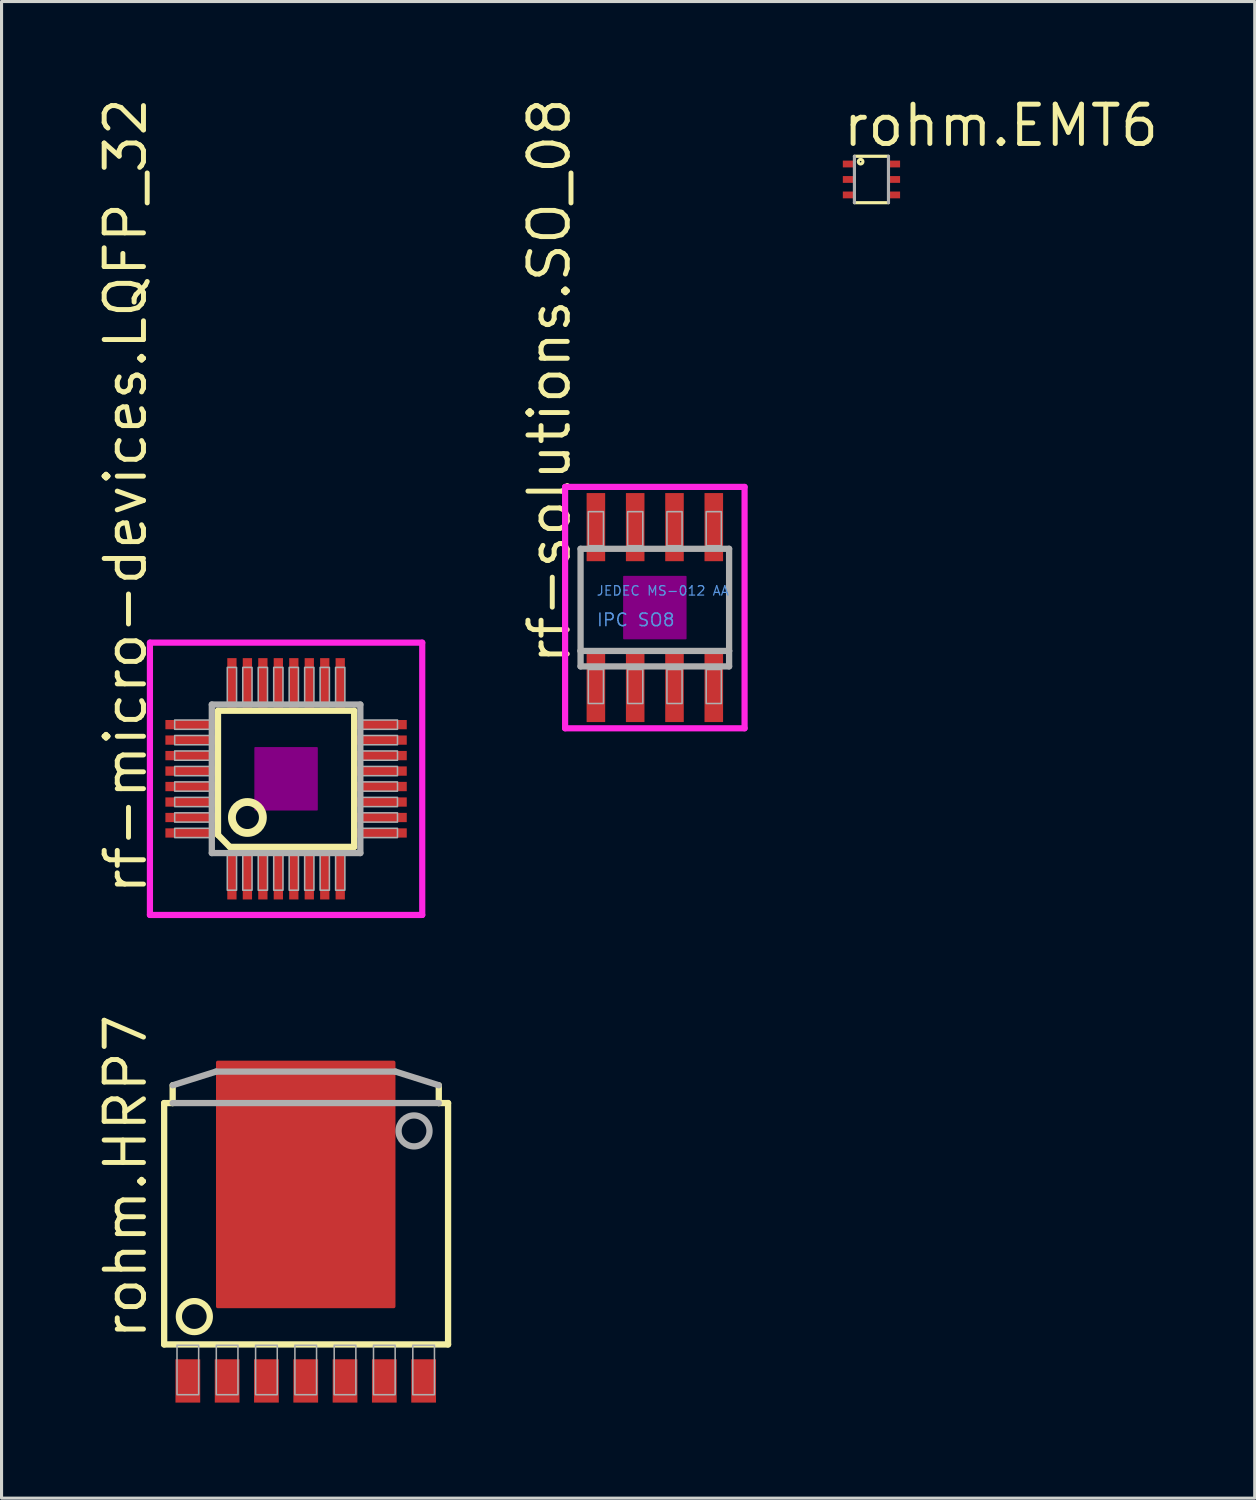
<source format=kicad_pcb>
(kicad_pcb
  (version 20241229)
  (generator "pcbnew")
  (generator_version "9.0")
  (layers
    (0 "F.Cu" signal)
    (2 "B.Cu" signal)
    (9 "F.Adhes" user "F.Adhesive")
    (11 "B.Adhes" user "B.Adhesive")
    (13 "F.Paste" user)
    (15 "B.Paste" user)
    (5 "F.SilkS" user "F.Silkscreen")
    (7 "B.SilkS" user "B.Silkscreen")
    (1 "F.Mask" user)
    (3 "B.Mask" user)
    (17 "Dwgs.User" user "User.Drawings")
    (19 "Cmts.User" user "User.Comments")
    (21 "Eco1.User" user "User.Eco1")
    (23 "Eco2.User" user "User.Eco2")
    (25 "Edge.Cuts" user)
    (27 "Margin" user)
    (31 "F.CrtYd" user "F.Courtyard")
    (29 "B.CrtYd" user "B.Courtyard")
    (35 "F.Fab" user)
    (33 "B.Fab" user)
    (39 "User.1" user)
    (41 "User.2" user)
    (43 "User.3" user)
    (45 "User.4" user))
  (footprint "rohm.EMT6"
    (layer "F.Cu")
    (at 25.112 2.75)
    (property "Reference" "rohm.EMT6" (at -1 -1 0) (layer "F.SilkS") (effects (font (size 1.27 1.27) (thickness 0.16)) (justify left bottom)))
    (attr smd)
    (fp_rect (start -0.975 -0.35) (end -0.5 -0.65) (stroke (width 0.05) (type default)) (fill yes) (layer "F.Mask"))
    (fp_rect (start -0.975 0.15) (end -0.5 -0.15) (stroke (width 0.05) (type default)) (fill yes) (layer "F.Mask"))
    (fp_rect (start -0.975 0.65) (end -0.5 0.35) (stroke (width 0.05) (type default)) (fill yes) (layer "F.Mask"))
    (fp_rect (start 0.5 -0.35) (end 0.975 -0.65) (stroke (width 0.05) (type default)) (fill yes) (layer "F.Mask"))
    (fp_rect (start 0.5 0.15) (end 0.975 -0.15) (stroke (width 0.05) (type default)) (fill yes) (layer "F.Mask"))
    (fp_rect (start 0.5 0.65) (end 0.975 0.35) (stroke (width 0.05) (type default)) (fill yes) (layer "F.Mask"))
    (fp_line (start -0.55 -0.75) (end 0.55 -0.75) (stroke (width 0.102) (type default)) (layer "F.SilkS"))
    (fp_line (start 0.55 0.75) (end -0.55 0.75) (stroke (width 0.102) (type default)) (layer "F.SilkS"))
    (fp_circle (center -0.35 -0.575) (end -0.275 -0.575) (stroke (width 0.1) (type default)) (fill no) (layer "F.SilkS"))
    (fp_rect (start -0.9 -0.4) (end -0.55 -0.6) (stroke (width 0.05) (type default)) (fill yes) (layer "F.Paste"))
    (fp_rect (start -0.9 0.1) (end -0.55 -0.1) (stroke (width 0.05) (type default)) (fill yes) (layer "F.Paste"))
    (fp_rect (start -0.9 0.6) (end -0.55 0.4) (stroke (width 0.05) (type default)) (fill yes) (layer "F.Paste"))
    (fp_rect (start 0.55 -0.4) (end 0.9 -0.6) (stroke (width 0.05) (type default)) (fill yes) (layer "F.Paste"))
    (fp_rect (start 0.55 0.1) (end 0.9 -0.1) (stroke (width 0.05) (type default)) (fill yes) (layer "F.Paste"))
    (fp_rect (start 0.55 0.6) (end 0.9 0.4) (stroke (width 0.05) (type default)) (fill yes) (layer "F.Paste"))
    (fp_line (start -0.55 0.75) (end -0.55 -0.75) (stroke (width 0.102) (type default)) (layer "F.Fab"))
    (fp_line (start 0.55 -0.75) (end 0.55 0.75) (stroke (width 0.102) (type default)) (layer "F.Fab"))
    (pad "1" smd roundrect (at -0.725 -0.5) (size 0.4 0.22) (layers "F.Cu" "F.Mask" "F.Paste") (roundrect_rratio 0.01))
    (pad "2" smd roundrect (at -0.725 0) (size 0.4 0.22) (layers "F.Cu" "F.Mask" "F.Paste") (roundrect_rratio 0.01))
    (pad "3" smd roundrect (at -0.725 0.5) (size 0.4 0.22) (layers "F.Cu" "F.Mask" "F.Paste") (roundrect_rratio 0.01))
    (pad "4" smd roundrect (at 0.725 0.5 180) (size 0.4 0.22) (layers "F.Cu" "F.Mask" "F.Paste") (roundrect_rratio 0.01))
    (pad "5" smd roundrect (at 0.725 0 180) (size 0.4 0.22) (layers "F.Cu" "F.Mask" "F.Paste") (roundrect_rratio 0.01))
    (pad "6" smd roundrect (at 0.725 -0.5 180) (size 0.4 0.22) (layers "F.Cu" "F.Mask" "F.Paste") (roundrect_rratio 0.01)))
  (footprint "rf-solutions.SO_08"
    (layer "F.Cu")
    (at 18.112 16.585)
    (property "Reference" "rf-solutions.SO_08" (at -2.667 1.905 90) (layer "F.SilkS") (effects (font (size 1.27 1.27) (thickness 0.16)) (justify left bottom)))
    (attr smd)
    (fp_rect (start -1 1) (end 1 -1) (stroke (width 0.05) (type default)) (fill yes) (layer "F.Adhes"))
    (fp_line (start -2.9 -3.9) (end 2.9 -3.9) (stroke (width 0.2) (type default)) (layer "F.CrtYd"))
    (fp_line (start -2.9 3.9) (end -2.9 -3.9) (stroke (width 0.2) (type default)) (layer "F.CrtYd"))
    (fp_line (start 2.9 -3.9) (end 2.9 3.9) (stroke (width 0.2) (type default)) (layer "F.CrtYd"))
    (fp_line (start 2.9 3.9) (end -2.9 3.9) (stroke (width 0.2) (type default)) (layer "F.CrtYd"))
    (fp_line (start -2.4 -1.9) (end 2.4 -1.9) (stroke (width 0.203) (type default)) (layer "F.Fab"))
    (fp_line (start -2.4 1.4) (end -2.4 -1.9) (stroke (width 0.203) (type default)) (layer "F.Fab"))
    (fp_line (start -2.4 1.9) (end -2.4 1.4) (stroke (width 0.203) (type default)) (layer "F.Fab"))
    (fp_line (start 2.4 -1.9) (end 2.4 1.4) (stroke (width 0.203) (type default)) (layer "F.Fab"))
    (fp_line (start 2.4 1.4) (end -2.4 1.4) (stroke (width 0.203) (type default)) (layer "F.Fab"))
    (fp_line (start 2.4 1.4) (end 2.4 1.9) (stroke (width 0.203) (type default)) (layer "F.Fab"))
    (fp_line (start 2.4 1.9) (end -2.4 1.9) (stroke (width 0.203) (type default)) (layer "F.Fab"))
    (fp_rect (start -2.15 -2) (end -1.66 -3.1) (stroke (width 0.05) (type default)) (fill no) (layer "F.Fab"))
    (fp_rect (start -2.15 3.1) (end -1.66 2) (stroke (width 0.05) (type default)) (fill no) (layer "F.Fab"))
    (fp_rect (start -0.88 -2) (end -0.39 -3.1) (stroke (width 0.05) (type default)) (fill no) (layer "F.Fab"))
    (fp_rect (start -0.88 3.1) (end -0.39 2) (stroke (width 0.05) (type default)) (fill no) (layer "F.Fab"))
    (fp_rect (start 0.39 -2) (end 0.88 -3.1) (stroke (width 0.05) (type default)) (fill no) (layer "F.Fab"))
    (fp_rect (start 0.39 3.1) (end 0.88 2) (stroke (width 0.05) (type default)) (fill no) (layer "F.Fab"))
    (fp_rect (start 1.66 -2) (end 2.15 -3.1) (stroke (width 0.05) (type default)) (fill no) (layer "F.Fab"))
    (fp_rect (start 1.66 3.1) (end 2.15 2) (stroke (width 0.05) (type default)) (fill no) (layer "F.Fab"))
    (fp_text user "JEDEC MS-012 AA" (at -1.905 -0.365 0) (layer "Cmts.User") (effects (font (size 0.305 0.305) (thickness 0.04)) (justify left bottom)))
    (fp_text user "IPC SO8" (at -1.905 0.635 0) (layer "Cmts.User") (effects (font (size 0.406 0.406) (thickness 0.05)) (justify left bottom)))
    (pad "1" smd roundrect (at -1.905 2.6) (size 0.6 2.2) (layers "F.Cu" "F.Mask" "F.Paste") (roundrect_rratio 0.01))
    (pad "2" smd roundrect (at -0.635 2.6) (size 0.6 2.2) (layers "F.Cu" "F.Mask" "F.Paste") (roundrect_rratio 0.01))
    (pad "3" smd roundrect (at 0.635 2.6) (size 0.6 2.2) (layers "F.Cu" "F.Mask" "F.Paste") (roundrect_rratio 0.01))
    (pad "4" smd roundrect (at 1.905 2.6) (size 0.6 2.2) (layers "F.Cu" "F.Mask" "F.Paste") (roundrect_rratio 0.01))
    (pad "5" smd roundrect (at 1.905 -2.6) (size 0.6 2.2) (layers "F.Cu" "F.Mask" "F.Paste") (roundrect_rratio 0.01))
    (pad "6" smd roundrect (at 0.635 -2.6) (size 0.6 2.2) (layers "F.Cu" "F.Mask" "F.Paste") (roundrect_rratio 0.01))
    (pad "7" smd roundrect (at -0.635 -2.6) (size 0.6 2.2) (layers "F.Cu" "F.Mask" "F.Paste") (roundrect_rratio 0.01))
    (pad "8" smd roundrect (at -1.905 -2.6) (size 0.6 2.2) (layers "F.Cu" "F.Mask" "F.Paste") (roundrect_rratio 0.01)))
  (footprint "rohm.HRP7"
    (layer "F.Cu")
    (at 6.83 36.497)
    (property "Reference" "rohm.HRP7" (at -5.08 3.81 90) (layer "F.SilkS") (effects (font (size 1.27 1.27) (thickness 0.16)) (justify left bottom)))
    (attr smd)
    (fp_rect (start -4.267 5.842) (end -3.353 4.318) (stroke (width 0.05) (type default)) (fill yes) (layer "F.Mask"))
    (fp_rect (start -2.997 5.842) (end -2.083 4.318) (stroke (width 0.05) (type default)) (fill yes) (layer "F.Mask"))
    (fp_rect (start -1.727 5.842) (end -0.813 4.318) (stroke (width 0.05) (type default)) (fill yes) (layer "F.Mask"))
    (fp_rect (start -0.457 5.842) (end 0.457 4.318) (stroke (width 0.05) (type default)) (fill yes) (layer "F.Mask"))
    (fp_rect (start 0.813 5.842) (end 1.727 4.318) (stroke (width 0.05) (type default)) (fill yes) (layer "F.Mask"))
    (fp_rect (start 2.083 5.842) (end 2.997 4.318) (stroke (width 0.05) (type default)) (fill yes) (layer "F.Mask"))
    (fp_rect (start 3.353 5.842) (end 4.267 4.318) (stroke (width 0.05) (type default)) (fill yes) (layer "F.Mask"))
    (fp_line (start -4.575 -3.9) (end -4.3 -3.9) (stroke (width 0.203) (type default)) (layer "F.SilkS"))
    (fp_line (start -4.575 3.9) (end -4.575 -3.9) (stroke (width 0.203) (type default)) (layer "F.SilkS"))
    (fp_line (start -4.3 -3.9) (end -4.3 -4.475) (stroke (width 0.203) (type default)) (layer "F.SilkS"))
    (fp_line (start 4.3 -4.475) (end 4.3 -3.9) (stroke (width 0.203) (type default)) (layer "F.SilkS"))
    (fp_line (start 4.3 -3.9) (end 4.6 -3.9) (stroke (width 0.203) (type default)) (layer "F.SilkS"))
    (fp_line (start 4.6 -3.9) (end 4.6 3.9) (stroke (width 0.203) (type default)) (layer "F.SilkS"))
    (fp_line (start 4.6 3.9) (end -4.575 3.9) (stroke (width 0.203) (type default)) (layer "F.SilkS"))
    (fp_circle (center -3.6 3) (end -3.1 3) (stroke (width 0.203) (type default)) (fill no) (layer "F.SilkS"))
    (fp_line (start -4.3 -3.9) (end 4.3 -3.9) (stroke (width 0.203) (type default)) (layer "F.Fab"))
    (fp_line (start -2.9 -4.917) (end -4.3 -4.475) (stroke (width 0.203) (type default)) (layer "F.Fab"))
    (fp_line (start -2.9 -4.917) (end 2.9 -4.917) (stroke (width 0.203) (type default)) (layer "F.Fab"))
    (fp_line (start 2.9 -4.917) (end 4.3 -4.475) (stroke (width 0.203) (type default)) (layer "F.Fab"))
    (fp_rect (start -4.16 5.525) (end -3.46 3.925) (stroke (width 0.05) (type default)) (fill no) (layer "F.Fab"))
    (fp_rect (start -2.89 5.525) (end -2.19 3.925) (stroke (width 0.05) (type default)) (fill no) (layer "F.Fab"))
    (fp_rect (start -1.62 5.525) (end -0.92 3.925) (stroke (width 0.05) (type default)) (fill no) (layer "F.Fab"))
    (fp_rect (start -0.35 5.525) (end 0.35 3.925) (stroke (width 0.05) (type default)) (fill no) (layer "F.Fab"))
    (fp_rect (start 0.92 5.525) (end 1.62 3.925) (stroke (width 0.05) (type default)) (fill no) (layer "F.Fab"))
    (fp_rect (start 2.19 5.525) (end 2.89 3.925) (stroke (width 0.05) (type default)) (fill no) (layer "F.Fab"))
    (fp_rect (start 3.46 5.525) (end 4.16 3.925) (stroke (width 0.05) (type default)) (fill no) (layer "F.Fab"))
    (fp_circle (center 3.5 -3) (end 4 -3) (stroke (width 0.203) (type default)) (fill no) (layer "F.Fab"))
    (pad "1" smd roundrect (at -3.81 5.08) (size 0.8 1.4) (layers "F.Cu" "F.Mask" "F.Paste") (roundrect_rratio 0.01))
    (pad "2" smd roundrect (at -2.54 5.08) (size 0.8 1.4) (layers "F.Cu" "F.Mask" "F.Paste") (roundrect_rratio 0.01))
    (pad "3" smd roundrect (at -1.27 5.08) (size 0.8 1.4) (layers "F.Cu" "F.Mask" "F.Paste") (roundrect_rratio 0.01))
    (pad "4" smd roundrect (at 0 5.08) (size 0.8 1.4) (layers "F.Cu" "F.Mask" "F.Paste") (roundrect_rratio 0.01))
    (pad "5" smd roundrect (at 1.27 5.08) (size 0.8 1.4) (layers "F.Cu" "F.Mask" "F.Paste") (roundrect_rratio 0.01))
    (pad "6" smd roundrect (at 2.54 5.08) (size 0.8 1.4) (layers "F.Cu" "F.Mask" "F.Paste") (roundrect_rratio 0.01))
    (pad "7" smd roundrect (at 3.81 5.08) (size 0.8 1.4) (layers "F.Cu" "F.Mask" "F.Paste") (roundrect_rratio 0.01))
    (pad "P" smd roundrect (at 0 -1.27) (size 5.8 8) (layers "F.Cu" "F.Mask" "F.Paste") (roundrect_rratio 0.01)))
  (footprint "rf-micro-devices.LQFP_32"
    (layer "F.Cu")
    (at 6.195 22.118)
    (property "Reference" "rf-micro-devices.LQFP_32" (at -4.445 3.81 90) (layer "F.SilkS") (effects (font (size 1.27 1.27) (thickness 0.16)) (justify left bottom)))
    (attr smd)
    (fp_line (start -2.2 -2.2) (end 2.2 -2.2) (stroke (width 0.203) (type default)) (layer "F.SilkS"))
    (fp_line (start -2.2 1.813) (end -2.2 -2.2) (stroke (width 0.203) (type default)) (layer "F.SilkS"))
    (fp_line (start -1.819 2.2) (end -2.2 1.813) (stroke (width 0.203) (type default)) (layer "F.SilkS"))
    (fp_line (start 2.2 -2.2) (end 2.2 2.2) (stroke (width 0.203) (type default)) (layer "F.SilkS"))
    (fp_line (start 2.2 2.2) (end -1.819 2.2) (stroke (width 0.203) (type default)) (layer "F.SilkS"))
    (fp_circle (center -1.25 1.25) (end -0.75 1.25) (stroke (width 0.254) (type default)) (fill no) (layer "F.SilkS"))
    (fp_rect (start -1 1) (end 1 -1) (stroke (width 0.05) (type default)) (fill yes) (layer "F.Adhes"))
    (fp_line (start -4.4 -4.4) (end 4.4 -4.4) (stroke (width 0.2) (type default)) (layer "F.CrtYd"))
    (fp_line (start -4.4 4.4) (end -4.4 -4.4) (stroke (width 0.2) (type default)) (layer "F.CrtYd"))
    (fp_line (start 4.4 -4.4) (end 4.4 4.4) (stroke (width 0.2) (type default)) (layer "F.CrtYd"))
    (fp_line (start 4.4 4.4) (end -4.4 4.4) (stroke (width 0.2) (type default)) (layer "F.CrtYd"))
    (fp_line (start -2.4 -2.4) (end -2.4 2.4) (stroke (width 0.203) (type default)) (layer "F.Fab"))
    (fp_line (start -2.4 2.4) (end 2.4 2.4) (stroke (width 0.203) (type default)) (layer "F.Fab"))
    (fp_line (start 2.4 -2.4) (end -2.4 -2.4) (stroke (width 0.203) (type default)) (layer "F.Fab"))
    (fp_line (start 2.4 2.4) (end 2.4 -2.4) (stroke (width 0.203) (type default)) (layer "F.Fab"))
    (fp_rect (start -3.6 -1.6) (end -2.45 -1.9) (stroke (width 0.05) (type default)) (fill no) (layer "F.Fab"))
    (fp_rect (start -3.6 -1.1) (end -2.45 -1.4) (stroke (width 0.05) (type default)) (fill no) (layer "F.Fab"))
    (fp_rect (start -3.6 -0.6) (end -2.45 -0.9) (stroke (width 0.05) (type default)) (fill no) (layer "F.Fab"))
    (fp_rect (start -3.6 -0.1) (end -2.45 -0.4) (stroke (width 0.05) (type default)) (fill no) (layer "F.Fab"))
    (fp_rect (start -3.6 0.4) (end -2.45 0.1) (stroke (width 0.05) (type default)) (fill no) (layer "F.Fab"))
    (fp_rect (start -3.6 0.9) (end -2.45 0.6) (stroke (width 0.05) (type default)) (fill no) (layer "F.Fab"))
    (fp_rect (start -3.6 1.4) (end -2.45 1.1) (stroke (width 0.05) (type default)) (fill no) (layer "F.Fab"))
    (fp_rect (start -3.6 1.9) (end -2.45 1.6) (stroke (width 0.05) (type default)) (fill no) (layer "F.Fab"))
    (fp_rect (start -1.9 -2.45) (end -1.6 -3.6) (stroke (width 0.05) (type default)) (fill no) (layer "F.Fab"))
    (fp_rect (start -1.9 3.6) (end -1.6 2.45) (stroke (width 0.05) (type default)) (fill no) (layer "F.Fab"))
    (fp_rect (start -1.4 -2.45) (end -1.1 -3.6) (stroke (width 0.05) (type default)) (fill no) (layer "F.Fab"))
    (fp_rect (start -1.4 3.6) (end -1.1 2.45) (stroke (width 0.05) (type default)) (fill no) (layer "F.Fab"))
    (fp_rect (start -0.9 -2.45) (end -0.6 -3.6) (stroke (width 0.05) (type default)) (fill no) (layer "F.Fab"))
    (fp_rect (start -0.9 3.6) (end -0.6 2.45) (stroke (width 0.05) (type default)) (fill no) (layer "F.Fab"))
    (fp_rect (start -0.4 -2.45) (end -0.1 -3.6) (stroke (width 0.05) (type default)) (fill no) (layer "F.Fab"))
    (fp_rect (start -0.4 3.6) (end -0.1 2.45) (stroke (width 0.05) (type default)) (fill no) (layer "F.Fab"))
    (fp_rect (start 0.1 -2.45) (end 0.4 -3.6) (stroke (width 0.05) (type default)) (fill no) (layer "F.Fab"))
    (fp_rect (start 0.1 3.6) (end 0.4 2.45) (stroke (width 0.05) (type default)) (fill no) (layer "F.Fab"))
    (fp_rect (start 0.6 -2.45) (end 0.9 -3.6) (stroke (width 0.05) (type default)) (fill no) (layer "F.Fab"))
    (fp_rect (start 0.6 3.6) (end 0.9 2.45) (stroke (width 0.05) (type default)) (fill no) (layer "F.Fab"))
    (fp_rect (start 1.1 -2.45) (end 1.4 -3.6) (stroke (width 0.05) (type default)) (fill no) (layer "F.Fab"))
    (fp_rect (start 1.1 3.6) (end 1.4 2.45) (stroke (width 0.05) (type default)) (fill no) (layer "F.Fab"))
    (fp_rect (start 1.6 -2.45) (end 1.9 -3.6) (stroke (width 0.05) (type default)) (fill no) (layer "F.Fab"))
    (fp_rect (start 1.6 3.6) (end 1.9 2.45) (stroke (width 0.05) (type default)) (fill no) (layer "F.Fab"))
    (fp_rect (start 2.45 -1.6) (end 3.6 -1.9) (stroke (width 0.05) (type default)) (fill no) (layer "F.Fab"))
    (fp_rect (start 2.45 -1.1) (end 3.6 -1.4) (stroke (width 0.05) (type default)) (fill no) (layer "F.Fab"))
    (fp_rect (start 2.45 -0.6) (end 3.6 -0.9) (stroke (width 0.05) (type default)) (fill no) (layer "F.Fab"))
    (fp_rect (start 2.45 -0.1) (end 3.6 -0.4) (stroke (width 0.05) (type default)) (fill no) (layer "F.Fab"))
    (fp_rect (start 2.45 0.4) (end 3.6 0.1) (stroke (width 0.05) (type default)) (fill no) (layer "F.Fab"))
    (fp_rect (start 2.45 0.9) (end 3.6 0.6) (stroke (width 0.05) (type default)) (fill no) (layer "F.Fab"))
    (fp_rect (start 2.45 1.4) (end 3.6 1.1) (stroke (width 0.05) (type default)) (fill no) (layer "F.Fab"))
    (fp_rect (start 2.45 1.9) (end 3.6 1.6) (stroke (width 0.05) (type default)) (fill no) (layer "F.Fab"))
    (pad "1" smd roundrect (at -1.75 3.1) (size 0.3 1.6) (layers "F.Cu" "F.Mask" "F.Paste") (roundrect_rratio 0.01))
    (pad "2" smd roundrect (at -1.25 3.1) (size 0.3 1.6) (layers "F.Cu" "F.Mask" "F.Paste") (roundrect_rratio 0.01))
    (pad "3" smd roundrect (at -0.75 3.1) (size 0.3 1.6) (layers "F.Cu" "F.Mask" "F.Paste") (roundrect_rratio 0.01))
    (pad "4" smd roundrect (at -0.25 3.1) (size 0.3 1.6) (layers "F.Cu" "F.Mask" "F.Paste") (roundrect_rratio 0.01))
    (pad "5" smd roundrect (at 0.25 3.1) (size 0.3 1.6) (layers "F.Cu" "F.Mask" "F.Paste") (roundrect_rratio 0.01))
    (pad "6" smd roundrect (at 0.75 3.1) (size 0.3 1.6) (layers "F.Cu" "F.Mask" "F.Paste") (roundrect_rratio 0.01))
    (pad "7" smd roundrect (at 1.25 3.1) (size 0.3 1.6) (layers "F.Cu" "F.Mask" "F.Paste") (roundrect_rratio 0.01))
    (pad "8" smd roundrect (at 1.75 3.1) (size 0.3 1.6) (layers "F.Cu" "F.Mask" "F.Paste") (roundrect_rratio 0.01))
    (pad "9" smd roundrect (at 3.1 1.75) (size 1.6 0.3) (layers "F.Cu" "F.Mask" "F.Paste") (roundrect_rratio 0.01))
    (pad "10" smd roundrect (at 3.1 1.25) (size 1.6 0.3) (layers "F.Cu" "F.Mask" "F.Paste") (roundrect_rratio 0.01))
    (pad "11" smd roundrect (at 3.1 0.75) (size 1.6 0.3) (layers "F.Cu" "F.Mask" "F.Paste") (roundrect_rratio 0.01))
    (pad "12" smd roundrect (at 3.1 0.25) (size 1.6 0.3) (layers "F.Cu" "F.Mask" "F.Paste") (roundrect_rratio 0.01))
    (pad "13" smd roundrect (at 3.1 -0.25) (size 1.6 0.3) (layers "F.Cu" "F.Mask" "F.Paste") (roundrect_rratio 0.01))
    (pad "14" smd roundrect (at 3.1 -0.75) (size 1.6 0.3) (layers "F.Cu" "F.Mask" "F.Paste") (roundrect_rratio 0.01))
    (pad "15" smd roundrect (at 3.1 -1.25) (size 1.6 0.3) (layers "F.Cu" "F.Mask" "F.Paste") (roundrect_rratio 0.01))
    (pad "16" smd roundrect (at 3.1 -1.75) (size 1.6 0.3) (layers "F.Cu" "F.Mask" "F.Paste") (roundrect_rratio 0.01))
    (pad "17" smd roundrect (at 1.75 -3.1) (size 0.3 1.6) (layers "F.Cu" "F.Mask" "F.Paste") (roundrect_rratio 0.01))
    (pad "18" smd roundrect (at 1.25 -3.1) (size 0.3 1.6) (layers "F.Cu" "F.Mask" "F.Paste") (roundrect_rratio 0.01))
    (pad "19" smd roundrect (at 0.75 -3.1) (size 0.3 1.6) (layers "F.Cu" "F.Mask" "F.Paste") (roundrect_rratio 0.01))
    (pad "20" smd roundrect (at 0.25 -3.1) (size 0.3 1.6) (layers "F.Cu" "F.Mask" "F.Paste") (roundrect_rratio 0.01))
    (pad "21" smd roundrect (at -0.25 -3.1) (size 0.3 1.6) (layers "F.Cu" "F.Mask" "F.Paste") (roundrect_rratio 0.01))
    (pad "22" smd roundrect (at -0.75 -3.1) (size 0.3 1.6) (layers "F.Cu" "F.Mask" "F.Paste") (roundrect_rratio 0.01))
    (pad "23" smd roundrect (at -1.25 -3.1) (size 0.3 1.6) (layers "F.Cu" "F.Mask" "F.Paste") (roundrect_rratio 0.01))
    (pad "24" smd roundrect (at -1.75 -3.1) (size 0.3 1.6) (layers "F.Cu" "F.Mask" "F.Paste") (roundrect_rratio 0.01))
    (pad "25" smd roundrect (at -3.1 -1.75) (size 1.6 0.3) (layers "F.Cu" "F.Mask" "F.Paste") (roundrect_rratio 0.01))
    (pad "26" smd roundrect (at -3.1 -1.25) (size 1.6 0.3) (layers "F.Cu" "F.Mask" "F.Paste") (roundrect_rratio 0.01))
    (pad "27" smd roundrect (at -3.1 -0.75) (size 1.6 0.3) (layers "F.Cu" "F.Mask" "F.Paste") (roundrect_rratio 0.01))
    (pad "28" smd roundrect (at -3.1 -0.25) (size 1.6 0.3) (layers "F.Cu" "F.Mask" "F.Paste") (roundrect_rratio 0.01))
    (pad "29" smd roundrect (at -3.1 0.25) (size 1.6 0.3) (layers "F.Cu" "F.Mask" "F.Paste") (roundrect_rratio 0.01))
    (pad "30" smd roundrect (at -3.1 0.75) (size 1.6 0.3) (layers "F.Cu" "F.Mask" "F.Paste") (roundrect_rratio 0.01))
    (pad "31" smd roundrect (at -3.1 1.25) (size 1.6 0.3) (layers "F.Cu" "F.Mask" "F.Paste") (roundrect_rratio 0.01))
    (pad "32" smd roundrect (at -3.1 1.75) (size 1.6 0.3) (layers "F.Cu" "F.Mask" "F.Paste") (roundrect_rratio 0.01)))
  (gr_rect
    (start -3 -3)
    (end 37.498 45.364)
    (stroke (width 0.1) (type default))
    (fill no)
    (layer "Edge.Cuts")))
</source>
